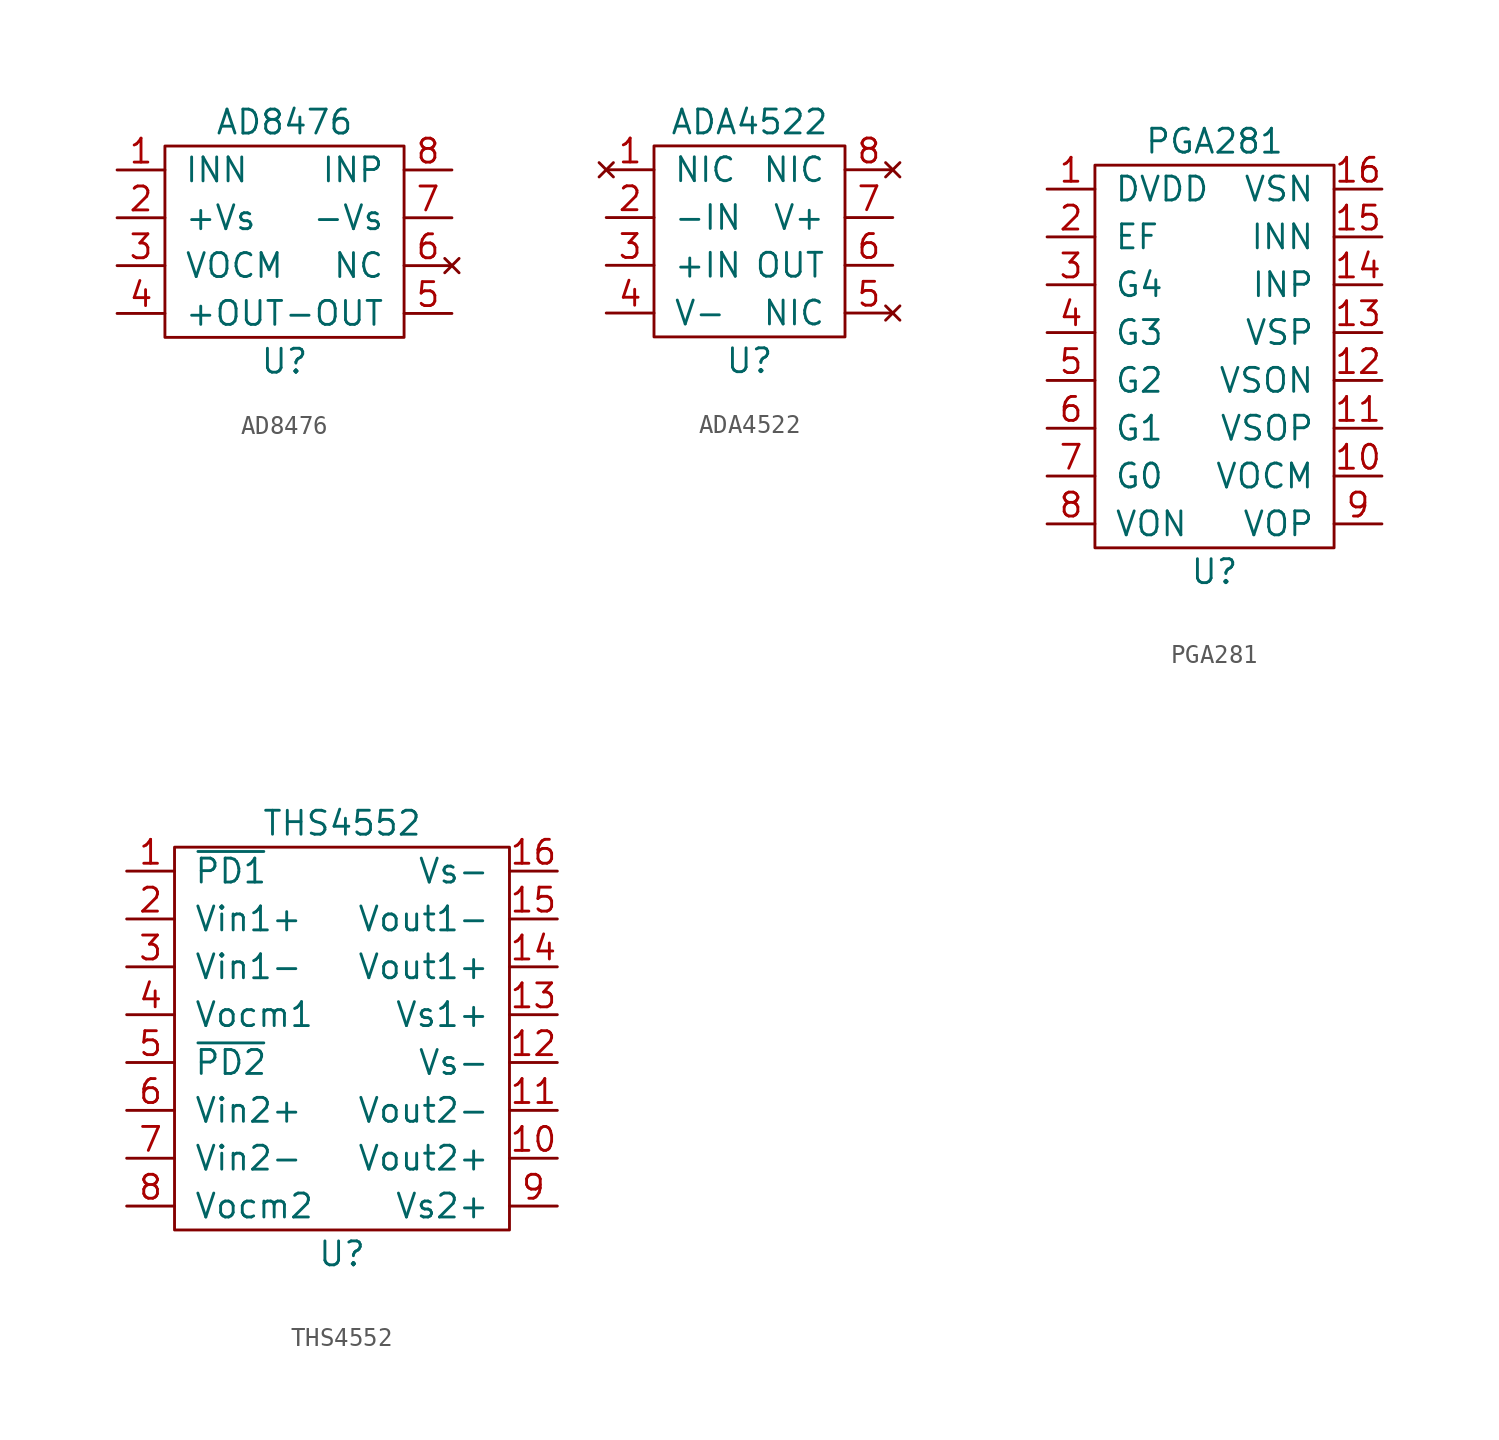
<source format=kicad_sym>
(kicad_symbol_lib
  (version 20211014)
  (generator kicad_symbol_editor)
  (symbol "AD8476"
    (pin_names
      (offset 1.016))
    (property "Reference" "U"
      (at 0 -6.35 0)
      (effects (font (size 1.27 1.27))))
    (property "Value" "AD8476"
      (at 0 6.35 0)
      (effects (font (size 1.27 1.27))))
    (symbol "AD8476_0_1"
      (rectangle (start -6.35 5.08) (end 6.35 -5.08) (stroke (width 0) (type default) (color 0 0 0 0)) (fill (type none))))
    (symbol "AD8476_1_1"
      (pin input line (at -8.89 3.81 0) (length 2.54) (name "INN" (effects (font (size 1.27 1.27)))) (number "1" (effects (font (size 1.27 1.27)))))
      (pin input line (at -8.89 1.27 0) (length 2.54) (name "+Vs" (effects (font (size 1.27 1.27)))) (number "2" (effects (font (size 1.27 1.27)))))
      (pin input line (at -8.89 -1.27 0) (length 2.54) (name "VOCM" (effects (font (size 1.27 1.27)))) (number "3" (effects (font (size 1.27 1.27)))))
      (pin input line (at -8.89 -3.81 0) (length 2.54) (name "+OUT" (effects (font (size 1.27 1.27)))) (number "4" (effects (font (size 1.27 1.27)))))
      (pin input line (at 8.89 -3.81 180) (length 2.54) (name "-OUT" (effects (font (size 1.27 1.27)))) (number "5" (effects (font (size 1.27 1.27)))))
      (pin no_connect line (at 8.89 -1.27 180) (length 2.54) (name "NC" (effects (font (size 1.27 1.27)))) (number "6" (effects (font (size 1.27 1.27)))))
      (pin input line (at 8.89 1.27 180) (length 2.54) (name "-Vs" (effects (font (size 1.27 1.27)))) (number "7" (effects (font (size 1.27 1.27)))))
      (pin input line (at 8.89 3.81 180) (length 2.54) (name "INP" (effects (font (size 1.27 1.27)))) (number "8" (effects (font (size 1.27 1.27)))))))
  (symbol "ADA4522"
    (pin_names
      (offset 1.016))
    (property "Reference" "U"
      (at 0 -6.35 0)
      (effects (font (size 1.27 1.27))))
    (property "Value" "ADA4522"
      (at 0 6.35 0)
      (effects (font (size 1.27 1.27))))
    (symbol "ADA4522_0_1"
      (rectangle (start -5.08 5.08) (end 5.08 -5.08) (stroke (width 0) (type default) (color 0 0 0 0)) (fill (type none))))
    (symbol "ADA4522_1_1"
      (pin no_connect line (at -7.62 3.81 0) (length 2.54) (name "NIC" (effects (font (size 1.27 1.27)))) (number "1" (effects (font (size 1.27 1.27)))))
      (pin input line (at -7.62 1.27 0) (length 2.54) (name "-IN" (effects (font (size 1.27 1.27)))) (number "2" (effects (font (size 1.27 1.27)))))
      (pin input line (at -7.62 -1.27 0) (length 2.54) (name "+IN" (effects (font (size 1.27 1.27)))) (number "3" (effects (font (size 1.27 1.27)))))
      (pin input line (at -7.62 -3.81 0) (length 2.54) (name "V-" (effects (font (size 1.27 1.27)))) (number "4" (effects (font (size 1.27 1.27)))))
      (pin no_connect line (at 7.62 -3.81 180) (length 2.54) (name "NIC" (effects (font (size 1.27 1.27)))) (number "5" (effects (font (size 1.27 1.27)))))
      (pin input line (at 7.62 -1.27 180) (length 2.54) (name "OUT" (effects (font (size 1.27 1.27)))) (number "6" (effects (font (size 1.27 1.27)))))
      (pin input line (at 7.62 1.27 180) (length 2.54) (name "V+" (effects (font (size 1.27 1.27)))) (number "7" (effects (font (size 1.27 1.27)))))
      (pin no_connect line (at 7.62 3.81 180) (length 2.54) (name "NIC" (effects (font (size 1.27 1.27)))) (number "8" (effects (font (size 1.27 1.27)))))))
  (symbol "PGA281"
    (pin_names
      (offset 1.016))
    (property "Reference" "U"
      (at 0 -11.43 0)
      (effects (font (size 1.27 1.27))))
    (property "Value" "PGA281"
      (at 0 11.43 0)
      (effects (font (size 1.27 1.27))))
    (symbol "PGA281_0_1"
      (rectangle (start -6.35 10.16) (end 6.35 -10.16) (stroke (width 0) (type default) (color 0 0 0 0)) (fill (type none))))
    (symbol "PGA281_1_1"
      (pin input line (at -8.89 8.89 0) (length 2.54) (name "DVDD" (effects (font (size 1.27 1.27)))) (number "1" (effects (font (size 1.27 1.27)))))
      (pin input line (at 8.89 -6.35 180) (length 2.54) (name "VOCM" (effects (font (size 1.27 1.27)))) (number "10" (effects (font (size 1.27 1.27)))))
      (pin input line (at 8.89 -3.81 180) (length 2.54) (name "VSOP" (effects (font (size 1.27 1.27)))) (number "11" (effects (font (size 1.27 1.27)))))
      (pin input line (at 8.89 -1.27 180) (length 2.54) (name "VSON" (effects (font (size 1.27 1.27)))) (number "12" (effects (font (size 1.27 1.27)))))
      (pin input line (at 8.89 1.27 180) (length 2.54) (name "VSP" (effects (font (size 1.27 1.27)))) (number "13" (effects (font (size 1.27 1.27)))))
      (pin input line (at 8.89 3.81 180) (length 2.54) (name "INP" (effects (font (size 1.27 1.27)))) (number "14" (effects (font (size 1.27 1.27)))))
      (pin input line (at 8.89 6.35 180) (length 2.54) (name "INN" (effects (font (size 1.27 1.27)))) (number "15" (effects (font (size 1.27 1.27)))))
      (pin input line (at 8.89 8.89 180) (length 2.54) (name "VSN" (effects (font (size 1.27 1.27)))) (number "16" (effects (font (size 1.27 1.27)))))
      (pin input line (at -8.89 6.35 0) (length 2.54) (name "EF" (effects (font (size 1.27 1.27)))) (number "2" (effects (font (size 1.27 1.27)))))
      (pin input line (at -8.89 3.81 0) (length 2.54) (name "G4" (effects (font (size 1.27 1.27)))) (number "3" (effects (font (size 1.27 1.27)))))
      (pin input line (at -8.89 1.27 0) (length 2.54) (name "G3" (effects (font (size 1.27 1.27)))) (number "4" (effects (font (size 1.27 1.27)))))
      (pin input line (at -8.89 -1.27 0) (length 2.54) (name "G2" (effects (font (size 1.27 1.27)))) (number "5" (effects (font (size 1.27 1.27)))))
      (pin input line (at -8.89 -3.81 0) (length 2.54) (name "G1" (effects (font (size 1.27 1.27)))) (number "6" (effects (font (size 1.27 1.27)))))
      (pin input line (at -8.89 -6.35 0) (length 2.54) (name "G0" (effects (font (size 1.27 1.27)))) (number "7" (effects (font (size 1.27 1.27)))))
      (pin input line (at -8.89 -8.89 0) (length 2.54) (name "VON" (effects (font (size 1.27 1.27)))) (number "8" (effects (font (size 1.27 1.27)))))
      (pin input line (at 8.89 -8.89 180) (length 2.54) (name "VOP" (effects (font (size 1.27 1.27)))) (number "9" (effects (font (size 1.27 1.27)))))))
  (symbol "THS4552"
    (pin_names
      (offset 1.016))
    (property "Reference" "U"
      (at 0 -11.43 0)
      (effects (font (size 1.27 1.27))))
    (property "Value" "THS4552"
      (at 0 11.43 0)
      (effects (font (size 1.27 1.27))))
    (symbol "THS4552_0_1"
      (rectangle (start -8.89 10.16) (end 8.89 -10.16) (stroke (width 0) (type default) (color 0 0 0 0)) (fill (type none))))
    (symbol "THS4552_1_1"
      (pin input line (at -11.43 8.89 0) (length 2.54) (name "~{PD1}" (effects (font (size 1.27 1.27)))) (number "1" (effects (font (size 1.27 1.27)))))
      (pin input line (at 11.43 -6.35 180) (length 2.54) (name "Vout2+" (effects (font (size 1.27 1.27)))) (number "10" (effects (font (size 1.27 1.27)))))
      (pin input line (at 11.43 -3.81 180) (length 2.54) (name "Vout2-" (effects (font (size 1.27 1.27)))) (number "11" (effects (font (size 1.27 1.27)))))
      (pin input line (at 11.43 -1.27 180) (length 2.54) (name "Vs-" (effects (font (size 1.27 1.27)))) (number "12" (effects (font (size 1.27 1.27)))))
      (pin input line (at 11.43 1.27 180) (length 2.54) (name "Vs1+" (effects (font (size 1.27 1.27)))) (number "13" (effects (font (size 1.27 1.27)))))
      (pin input line (at 11.43 3.81 180) (length 2.54) (name "Vout1+" (effects (font (size 1.27 1.27)))) (number "14" (effects (font (size 1.27 1.27)))))
      (pin input line (at 11.43 6.35 180) (length 2.54) (name "Vout1-" (effects (font (size 1.27 1.27)))) (number "15" (effects (font (size 1.27 1.27)))))
      (pin input line (at 11.43 8.89 180) (length 2.54) (name "Vs-" (effects (font (size 1.27 1.27)))) (number "16" (effects (font (size 1.27 1.27)))))
      (pin input line (at -11.43 6.35 0) (length 2.54) (name "Vin1+" (effects (font (size 1.27 1.27)))) (number "2" (effects (font (size 1.27 1.27)))))
      (pin input line (at -11.43 3.81 0) (length 2.54) (name "Vin1-" (effects (font (size 1.27 1.27)))) (number "3" (effects (font (size 1.27 1.27)))))
      (pin input line (at -11.43 1.27 0) (length 2.54) (name "Vocm1" (effects (font (size 1.27 1.27)))) (number "4" (effects (font (size 1.27 1.27)))))
      (pin input line (at -11.43 -1.27 0) (length 2.54) (name "~{PD2}" (effects (font (size 1.27 1.27)))) (number "5" (effects (font (size 1.27 1.27)))))
      (pin input line (at -11.43 -3.81 0) (length 2.54) (name "Vin2+" (effects (font (size 1.27 1.27)))) (number "6" (effects (font (size 1.27 1.27)))))
      (pin input line (at -11.43 -6.35 0) (length 2.54) (name "Vin2-" (effects (font (size 1.27 1.27)))) (number "7" (effects (font (size 1.27 1.27)))))
      (pin input line (at -11.43 -8.89 0) (length 2.54) (name "Vocm2" (effects (font (size 1.27 1.27)))) (number "8" (effects (font (size 1.27 1.27)))))
      (pin input line (at 11.43 -8.89 180) (length 2.54) (name "Vs2+" (effects (font (size 1.27 1.27)))) (number "9" (effects (font (size 1.27 1.27))))))))
</source>
